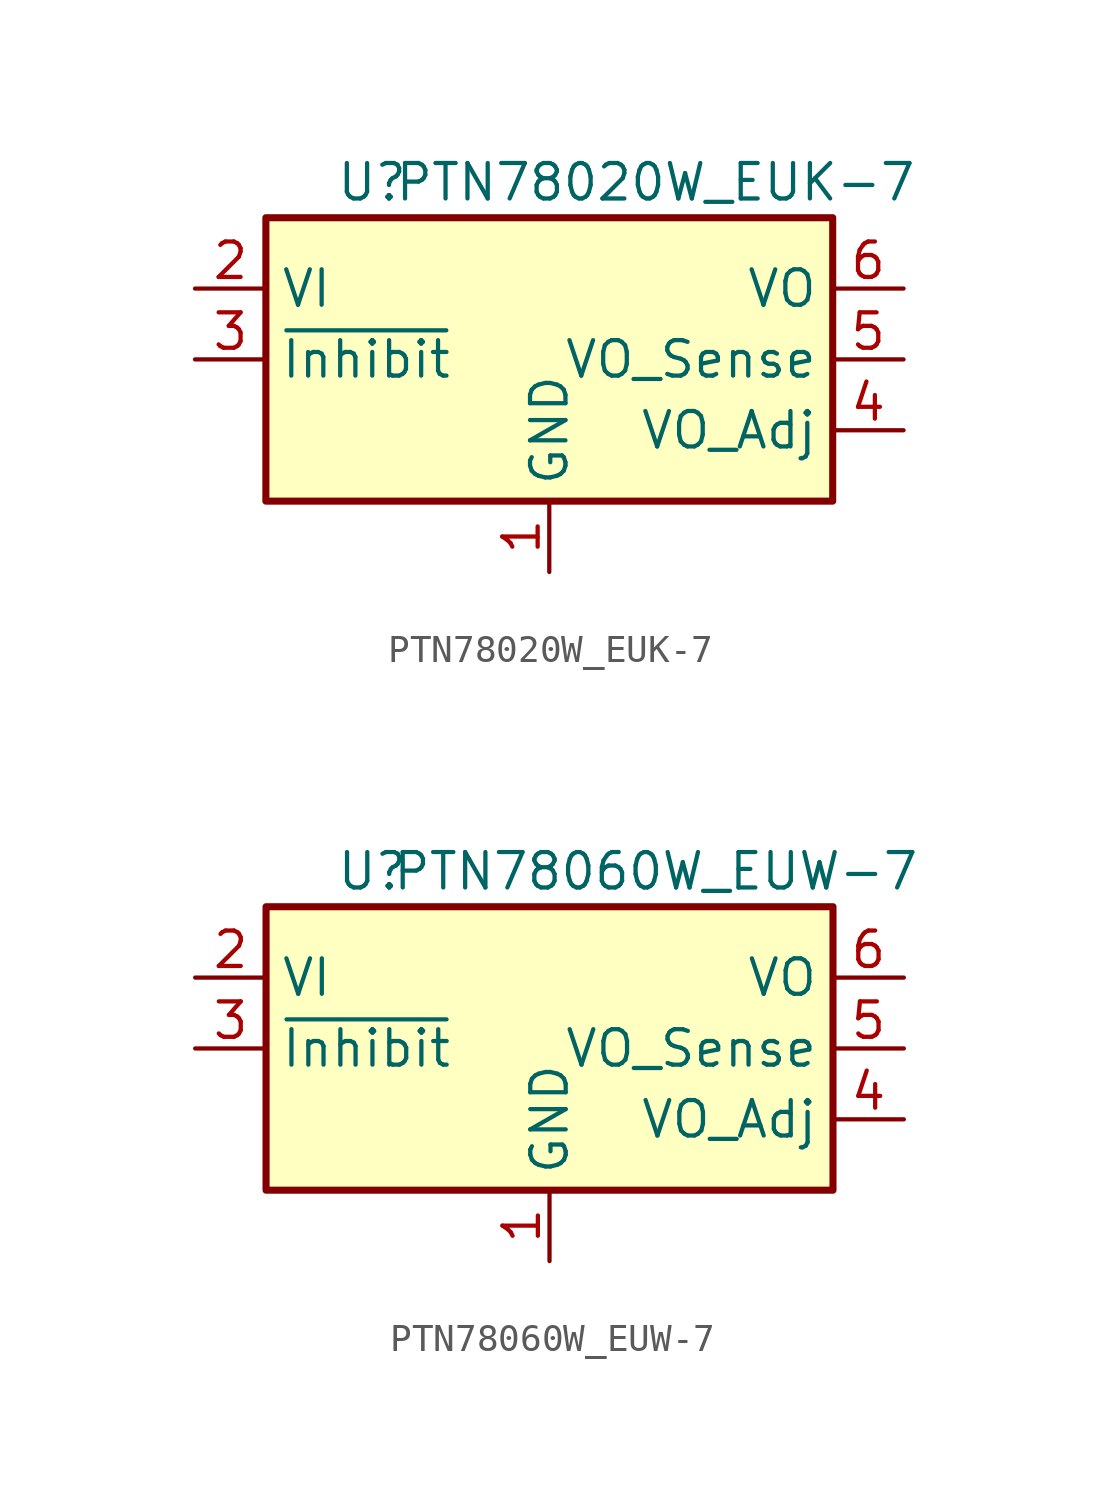
<source format=kicad_sym>
(kicad_symbol_lib
  (version 20211014)
  (generator kicad_symbol_editor)
  (symbol "PTN78020W_EUK-7"
    (property "Reference" "U"
      (at -6.35 6.35 0)
      (effects (font (size 1.27 1.27))))
    (property "Value" "PTN78020W_EUK-7"
      (at 3.81 6.35 0)
      (effects (font (size 1.27 1.27))))
    (symbol "PTN78020W_EUK-7_0_1"
      (rectangle (start -10.16 5.08) (end 10.16 -5.08) (stroke (width 0.254) (type default) (color 0 0 0 0)) (fill (type background))))
    (symbol "PTN78020W_EUK-7_1_1"
      (pin power_in line (at 0 -7.62 90) (length 2.54) (name "GND" (effects (font (size 1.27 1.27)))) (number "1" (effects (font (size 1.27 1.27)))))
      (pin power_in line (at -12.7 2.54 0) (length 2.54) (name "VI" (effects (font (size 1.27 1.27)))) (number "2" (effects (font (size 1.27 1.27)))))
      (pin input line (at -12.7 0 0) (length 2.54) (name "~{Inhibit}" (effects (font (size 1.27 1.27)))) (number "3" (effects (font (size 1.27 1.27)))))
      (pin input line (at 12.7 -2.54 180) (length 2.54) (name "VO_Adj" (effects (font (size 1.27 1.27)))) (number "4" (effects (font (size 1.27 1.27)))))
      (pin input line (at 12.7 0 180) (length 2.54) (name "VO_Sense" (effects (font (size 1.27 1.27)))) (number "5" (effects (font (size 1.27 1.27)))))
      (pin power_out line (at 12.7 2.54 180) (length 2.54) (name "VO" (effects (font (size 1.27 1.27)))) (number "6" (effects (font (size 1.27 1.27)))))
      (pin passive line (at 0 -7.62 90) (length 2.54) hide (name "GND" (effects (font (size 1.27 1.27)))) (number "7" (effects (font (size 1.27 1.27)))))))
  (symbol "PTN78060W_EUW-7"
    (property "Reference" "U"
      (at -6.35 6.35 0)
      (effects (font (size 1.27 1.27))))
    (property "Value" "PTN78060W_EUW-7"
      (at 3.81 6.35 0)
      (effects (font (size 1.27 1.27))))
    (symbol "PTN78060W_EUW-7_0_1"
      (rectangle (start -10.16 5.08) (end 10.16 -5.08) (stroke (width 0.254) (type default) (color 0 0 0 0)) (fill (type background))))
    (symbol "PTN78060W_EUW-7_1_1"
      (pin power_in line (at 0 -7.62 90) (length 2.54) (name "GND" (effects (font (size 1.27 1.27)))) (number "1" (effects (font (size 1.27 1.27)))))
      (pin power_in line (at -12.7 2.54 0) (length 2.54) (name "VI" (effects (font (size 1.27 1.27)))) (number "2" (effects (font (size 1.27 1.27)))))
      (pin input line (at -12.7 0 0) (length 2.54) (name "~{Inhibit}" (effects (font (size 1.27 1.27)))) (number "3" (effects (font (size 1.27 1.27)))))
      (pin input line (at 12.7 -2.54 180) (length 2.54) (name "VO_Adj" (effects (font (size 1.27 1.27)))) (number "4" (effects (font (size 1.27 1.27)))))
      (pin input line (at 12.7 0 180) (length 2.54) (name "VO_Sense" (effects (font (size 1.27 1.27)))) (number "5" (effects (font (size 1.27 1.27)))))
      (pin power_out line (at 12.7 2.54 180) (length 2.54) (name "VO" (effects (font (size 1.27 1.27)))) (number "6" (effects (font (size 1.27 1.27)))))
      (pin passive line (at 0 -7.62 90) (length 2.54) hide (name "GND" (effects (font (size 1.27 1.27)))) (number "7" (effects (font (size 1.27 1.27))))))))
</source>
